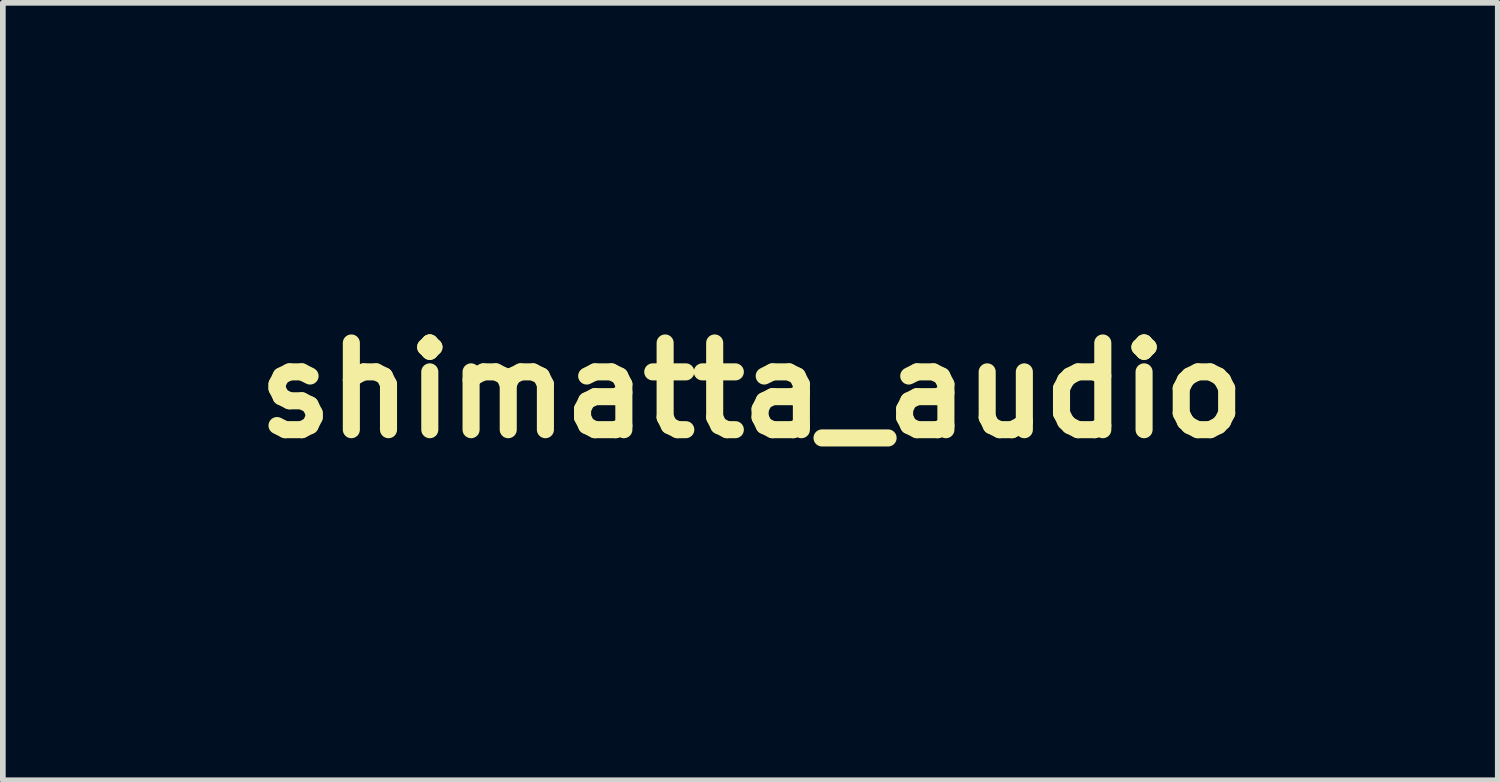
<source format=kicad_pcb>
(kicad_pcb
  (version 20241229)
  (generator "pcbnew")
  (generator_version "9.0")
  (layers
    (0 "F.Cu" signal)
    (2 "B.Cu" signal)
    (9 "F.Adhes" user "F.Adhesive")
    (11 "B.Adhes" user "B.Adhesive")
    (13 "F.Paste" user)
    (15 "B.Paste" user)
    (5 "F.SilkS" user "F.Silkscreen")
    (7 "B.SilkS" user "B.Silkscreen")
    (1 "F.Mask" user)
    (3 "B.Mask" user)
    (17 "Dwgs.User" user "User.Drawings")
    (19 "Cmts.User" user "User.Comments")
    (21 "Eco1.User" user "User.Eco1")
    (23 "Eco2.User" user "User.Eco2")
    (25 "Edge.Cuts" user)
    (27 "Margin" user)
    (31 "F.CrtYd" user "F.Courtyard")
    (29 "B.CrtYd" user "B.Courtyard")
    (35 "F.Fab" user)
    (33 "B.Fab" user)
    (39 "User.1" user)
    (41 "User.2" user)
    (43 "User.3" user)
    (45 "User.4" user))
  (footprint "shimatta_audio"
    (layer "F.Cu")
    (at 10.165 3.813)
    (property "Reference" "shimatta_audio" (at 0 0 0) (layer "F.SilkS") (effects (font (size 1.524 1.524) (thickness 0.3))))
    (attr through_hole)
    (fp_poly (pts (xy 8.766 1.703) (xy 8.819 1.784) (xy 8.815 1.894) (xy 8.76 1.985) (xy 8.68 2.061) (xy 8.614 2.072) (xy 8.547 2.049) (xy 8.495 1.981) (xy 8.489 1.87) (xy 8.528 1.763) (xy 8.557 1.729) (xy 8.672 1.677) (xy 8.766 1.703)) (stroke (width 0.01) (type solid)) (fill yes) (layer "F.Mask"))
    (fp_poly (pts (xy 6.905 -0.6) (xy 6.952 -0.554) (xy 6.96 -0.463) (xy 6.956 -0.389) (xy 6.931 -0.344) (xy 6.863 -0.316) (xy 6.732 -0.297) (xy 6.566 -0.281) (xy 6.196 -0.238) (xy 5.864 -0.181) (xy 5.626 -0.122) (xy 5.563 -0.123) (xy 5.539 -0.194) (xy 5.537 -0.247) (xy 5.567 -0.381) (xy 5.626 -0.427) (xy 5.754 -0.458) (xy 5.949 -0.495) (xy 6.18 -0.534) (xy 6.413 -0.569) (xy 6.619 -0.596) (xy 6.764 -0.609) (xy 6.788 -0.61) (xy 6.905 -0.6)) (stroke (width 0.01) (type solid)) (fill yes) (layer "F.Mask"))
    (fp_poly (pts (xy 8.768 2.198) (xy 8.765 2.25) (xy 8.747 2.377) (xy 8.716 2.553) (xy 8.709 2.591) (xy 8.674 2.774) (xy 8.648 2.912) (xy 8.636 2.981) (xy 8.636 2.985) (xy 8.68 2.994) (xy 8.76 2.997) (xy 8.881 3.018) (xy 8.909 3.072) (xy 8.842 3.144) (xy 8.793 3.173) (xy 8.596 3.243) (xy 8.448 3.228) (xy 8.384 3.177) (xy 8.35 3.084) (xy 8.346 2.913) (xy 8.358 2.771) (xy 8.373 2.573) (xy 8.363 2.465) (xy 8.337 2.438) (xy 8.29 2.396) (xy 8.28 2.344) (xy 8.303 2.28) (xy 8.388 2.24) (xy 8.517 2.217) (xy 8.659 2.2) (xy 8.751 2.195) (xy 8.768 2.198)) (stroke (width 0.01) (type solid)) (fill yes) (layer "F.Mask"))
    (fp_poly (pts (xy 5.579 0.501) (xy 5.617 0.61) (xy 5.634 0.663) (xy 5.698 0.822) (xy 5.79 0.934) (xy 5.927 1.007) (xy 6.124 1.046) (xy 6.396 1.059) (xy 6.594 1.056) (xy 6.842 1.051) (xy 7.007 1.052) (xy 7.107 1.062) (xy 7.161 1.084) (xy 7.186 1.121) (xy 7.195 1.153) (xy 7.209 1.241) (xy 7.187 1.302) (xy 7.118 1.34) (xy 6.985 1.361) (xy 6.775 1.37) (xy 6.563 1.372) (xy 6.287 1.369) (xy 6.089 1.357) (xy 5.943 1.335) (xy 5.827 1.298) (xy 5.764 1.27) (xy 5.545 1.106) (xy 5.389 0.864) (xy 5.335 0.715) (xy 5.318 0.605) (xy 5.364 0.542) (xy 5.418 0.514) (xy 5.515 0.472) (xy 5.557 0.457) (xy 5.579 0.501)) (stroke (width 0.01) (type solid)) (fill yes) (layer "F.Mask"))
    (fp_poly (pts (xy 9.794 2.199) (xy 9.968 2.293) (xy 9.985 2.309) (xy 10.087 2.471) (xy 10.106 2.65) (xy 10.057 2.83) (xy 9.951 2.996) (xy 9.804 3.132) (xy 9.628 3.222) (xy 9.437 3.252) (xy 9.244 3.205) (xy 9.22 3.193) (xy 9.063 3.058) (xy 9 2.891) (xy 9.349 2.891) (xy 9.365 2.97) (xy 9.434 3.038) (xy 9.538 3.037) (xy 9.644 2.971) (xy 9.677 2.929) (xy 9.748 2.775) (xy 9.773 2.621) (xy 9.756 2.486) (xy 9.706 2.39) (xy 9.628 2.351) (xy 9.53 2.389) (xy 9.499 2.417) (xy 9.417 2.547) (xy 9.363 2.722) (xy 9.349 2.891) (xy 9 2.891) (xy 8.994 2.878) (xy 9.017 2.658) (xy 9.075 2.507) (xy 9.203 2.339) (xy 9.383 2.228) (xy 9.59 2.179) (xy 9.794 2.199)) (stroke (width 0.01) (type solid)) (fill yes) (layer "F.Mask"))
    (fp_poly (pts (xy -7.117 -1.727) (xy -7.102 -0.386) (xy -7.096 0.046) (xy -7.089 0.387) (xy -7.077 0.649) (xy -7.058 0.843) (xy -7.029 0.981) (xy -6.987 1.072) (xy -6.929 1.129) (xy -6.853 1.163) (xy -6.755 1.185) (xy -6.71 1.193) (xy -6.426 1.192) (xy -6.136 1.104) (xy -5.86 0.94) (xy -5.618 0.71) (xy -5.481 0.519) (xy -5.408 0.399) (xy -5.359 0.321) (xy -5.35 0.309) (xy -5.307 0.325) (xy -5.222 0.393) (xy -5.209 0.405) (xy -5.084 0.522) (xy -5.238 0.745) (xy -5.484 1.029) (xy -5.784 1.261) (xy -6.114 1.427) (xy -6.453 1.514) (xy -6.602 1.524) (xy -6.761 1.5) (xy -6.944 1.44) (xy -7.009 1.41) (xy -7.131 1.346) (xy -7.227 1.285) (xy -7.301 1.214) (xy -7.357 1.122) (xy -7.396 0.996) (xy -7.422 0.825) (xy -7.438 0.595) (xy -7.448 0.295) (xy -7.454 -0.087) (xy -7.457 -0.359) (xy -7.472 -1.727) (xy -7.295 -1.727) (xy -7.117 -1.727)) (stroke (width 0.01) (type solid)) (fill yes) (layer "F.Mask"))
    (fp_poly (pts (xy 2.071 -0.648) (xy 2.195 -0.628) (xy 2.296 -0.591) (xy 2.337 -0.57) (xy 2.558 -0.399) (xy 2.692 -0.174) (xy 2.743 0.106) (xy 2.743 0.137) (xy 2.703 0.44) (xy 2.58 0.692) (xy 2.372 0.898) (xy 2.076 1.06) (xy 1.689 1.18) (xy 1.624 1.194) (xy 1.374 1.243) (xy 1.203 1.265) (xy 1.092 1.257) (xy 1.023 1.219) (xy 0.977 1.148) (xy 0.973 1.141) (xy 0.93 1.041) (xy 0.914 0.996) (xy 0.961 0.984) (xy 1.082 0.968) (xy 1.253 0.952) (xy 1.259 0.951) (xy 1.617 0.894) (xy 1.93 0.791) (xy 2.18 0.649) (xy 2.35 0.477) (xy 2.373 0.44) (xy 2.426 0.268) (xy 2.43 0.063) (xy 2.386 -0.123) (xy 2.358 -0.177) (xy 2.235 -0.297) (xy 2.05 -0.369) (xy 1.799 -0.392) (xy 1.476 -0.368) (xy 1.075 -0.294) (xy 0.593 -0.172) (xy 0.431 -0.126) (xy 0.349 -0.127) (xy 0.29 -0.203) (xy 0.272 -0.248) (xy 0.214 -0.4) (xy 0.679 -0.512) (xy 0.953 -0.566) (xy 1.272 -0.612) (xy 1.576 -0.641) (xy 1.651 -0.645) (xy 1.898 -0.653) (xy 2.071 -0.648)) (stroke (width 0.01) (type solid)) (fill yes) (layer "F.Mask"))
    (fp_poly (pts (xy 6.617 2.194) (xy 6.647 2.239) (xy 6.637 2.301) (xy 6.614 2.417) (xy 6.588 2.587) (xy 6.574 2.7) (xy 6.559 2.862) (xy 6.565 2.951) (xy 6.601 2.993) (xy 6.649 3.01) (xy 6.741 3.057) (xy 6.737 3.118) (xy 6.636 3.186) (xy 6.604 3.2) (xy 6.458 3.238) (xy 6.318 3.208) (xy 6.304 3.202) (xy 6.158 3.167) (xy 6.053 3.196) (xy 5.87 3.248) (xy 5.704 3.201) (xy 5.635 3.146) (xy 5.567 3.05) (xy 5.555 2.974) (xy 5.591 2.843) (xy 5.615 2.692) (xy 5.622 2.554) (xy 5.612 2.46) (xy 5.594 2.438) (xy 5.548 2.396) (xy 5.537 2.337) (xy 5.571 2.254) (xy 5.652 2.235) (xy 5.796 2.22) (xy 5.888 2.201) (xy 5.963 2.187) (xy 5.993 2.215) (xy 5.987 2.31) (xy 5.977 2.38) (xy 5.936 2.639) (xy 5.91 2.813) (xy 5.9 2.92) (xy 5.906 2.976) (xy 5.931 2.996) (xy 5.975 2.998) (xy 6.014 2.997) (xy 6.102 2.982) (xy 6.168 2.927) (xy 6.221 2.814) (xy 6.27 2.626) (xy 6.301 2.477) (xy 6.336 2.313) (xy 6.371 2.226) (xy 6.424 2.191) (xy 6.512 2.184) (xy 6.617 2.194)) (stroke (width 0.01) (type solid)) (fill yes) (layer "F.Mask"))
    (fp_poly (pts (xy 5.292 -1.819) (xy 5.346 -1.8) (xy 5.349 -1.739) (xy 5.329 -1.613) (xy 5.304 -1.508) (xy 5.264 -1.352) (xy 5.239 -1.237) (xy 5.233 -1.2) (xy 5.278 -1.182) (xy 5.397 -1.185) (xy 5.565 -1.208) (xy 5.758 -1.247) (xy 5.779 -1.253) (xy 5.859 -1.259) (xy 5.889 -1.206) (xy 5.893 -1.127) (xy 5.888 -1.05) (xy 5.863 -0.997) (xy 5.799 -0.96) (xy 5.678 -0.931) (xy 5.482 -0.9) (xy 5.377 -0.886) (xy 5.14 -0.853) (xy 4.954 -0.287) (xy 4.847 0.029) (xy 4.733 0.348) (xy 4.62 0.653) (xy 4.513 0.927) (xy 4.42 1.152) (xy 4.346 1.311) (xy 4.305 1.382) (xy 4.237 1.435) (xy 4.141 1.418) (xy 4.115 1.407) (xy 4.017 1.364) (xy 3.975 1.344) (xy 3.99 1.298) (xy 4.04 1.18) (xy 4.118 1.007) (xy 4.2 0.833) (xy 4.32 0.563) (xy 4.449 0.244) (xy 4.568 -0.077) (xy 4.629 -0.254) (xy 4.82 -0.838) (xy 4.417 -0.853) (xy 4.216 -0.862) (xy 4.096 -0.876) (xy 4.036 -0.901) (xy 4.015 -0.945) (xy 4.013 -0.991) (xy 4.018 -1.05) (xy 4.045 -1.087) (xy 4.116 -1.108) (xy 4.248 -1.12) (xy 4.458 -1.128) (xy 4.902 -1.143) (xy 4.973 -1.486) (xy 5.014 -1.667) (xy 5.05 -1.77) (xy 5.094 -1.816) (xy 5.161 -1.829) (xy 5.181 -1.829) (xy 5.292 -1.819)) (stroke (width 0.01) (type solid)) (fill yes) (layer "F.Mask"))
    (fp_poly (pts (xy 8.061 1.772) (xy 8.054 1.841) (xy 8.03 1.962) (xy 7.998 2.14) (xy 7.962 2.348) (xy 7.928 2.559) (xy 7.899 2.746) (xy 7.879 2.881) (xy 7.874 2.934) (xy 7.916 2.986) (xy 7.973 2.997) (xy 8.078 3.022) (xy 8.095 3.086) (xy 8.018 3.17) (xy 8.016 3.172) (xy 7.858 3.241) (xy 7.711 3.236) (xy 7.621 3.176) (xy 7.563 3.128) (xy 7.495 3.147) (xy 7.451 3.176) (xy 7.277 3.245) (xy 7.105 3.215) (xy 6.983 3.127) (xy 6.883 2.96) (xy 6.866 2.811) (xy 7.166 2.811) (xy 7.168 2.949) (xy 7.197 3.014) (xy 7.293 3.05) (xy 7.402 3.006) (xy 7.493 2.895) (xy 7.552 2.735) (xy 7.583 2.558) (xy 7.583 2.552) (xy 7.582 2.424) (xy 7.546 2.365) (xy 7.482 2.346) (xy 7.381 2.365) (xy 7.288 2.464) (xy 7.266 2.499) (xy 7.2 2.648) (xy 7.166 2.811) (xy 6.866 2.811) (xy 6.86 2.753) (xy 6.914 2.536) (xy 6.957 2.454) (xy 7.101 2.282) (xy 7.278 2.2) (xy 7.473 2.194) (xy 7.601 2.199) (xy 7.658 2.174) (xy 7.671 2.103) (xy 7.671 2.097) (xy 7.652 2.007) (xy 7.62 1.981) (xy 7.575 1.94) (xy 7.569 1.907) (xy 7.614 1.846) (xy 7.729 1.79) (xy 7.76 1.781) (xy 7.932 1.738) (xy 8.027 1.734) (xy 8.061 1.772)) (stroke (width 0.01) (type solid)) (fill yes) (layer "F.Mask"))
    (fp_poly (pts (xy 4.847 1.839) (xy 4.91 1.846) (xy 4.955 1.862) (xy 4.991 1.902) (xy 5.024 1.983) (xy 5.06 2.119) (xy 5.106 2.327) (xy 5.155 2.552) (xy 5.205 2.75) (xy 5.26 2.914) (xy 5.309 3.014) (xy 5.317 3.024) (xy 5.383 3.124) (xy 5.355 3.196) (xy 5.234 3.235) (xy 5.024 3.241) (xy 5.021 3.241) (xy 4.84 3.22) (xy 4.719 3.183) (xy 4.669 3.137) (xy 4.7 3.091) (xy 4.773 3.063) (xy 4.854 3.014) (xy 4.867 2.907) (xy 4.867 2.902) (xy 4.846 2.819) (xy 4.79 2.776) (xy 4.669 2.757) (xy 4.619 2.753) (xy 4.472 2.751) (xy 4.39 2.777) (xy 4.339 2.845) (xy 4.327 2.87) (xy 4.279 2.985) (xy 4.278 3.036) (xy 4.327 3.048) (xy 4.347 3.048) (xy 4.408 3.086) (xy 4.41 3.137) (xy 4.374 3.194) (xy 4.278 3.226) (xy 4.132 3.241) (xy 3.977 3.24) (xy 3.868 3.222) (xy 3.838 3.204) (xy 3.851 3.14) (xy 3.924 3.051) (xy 3.938 3.037) (xy 4.015 2.949) (xy 4.125 2.793) (xy 4.254 2.592) (xy 4.277 2.554) (xy 4.536 2.554) (xy 4.614 2.589) (xy 4.648 2.591) (xy 4.745 2.57) (xy 4.775 2.487) (xy 4.775 2.468) (xy 4.762 2.334) (xy 4.743 2.261) (xy 4.712 2.218) (xy 4.667 2.25) (xy 4.616 2.321) (xy 4.537 2.467) (xy 4.536 2.554) (xy 4.277 2.554) (xy 4.384 2.373) (xy 4.516 2.144) (xy 4.611 1.991) (xy 4.681 1.897) (xy 4.739 1.851) (xy 4.797 1.837) (xy 4.847 1.839)) (stroke (width 0.01) (type solid)) (fill yes) (layer "F.Mask"))
    (fp_poly (pts (xy -2.303 -1.825) (xy -2.256 -1.796) (xy -2.238 -1.717) (xy -2.235 -1.564) (xy -2.235 -1.542) (xy -2.235 -1.255) (xy -1.816 -1.288) (xy -1.605 -1.308) (xy -1.422 -1.329) (xy -1.299 -1.349) (xy -1.283 -1.352) (xy -1.202 -1.361) (xy -1.172 -1.309) (xy -1.168 -1.232) (xy -1.172 -1.153) (xy -1.198 -1.106) (xy -1.267 -1.078) (xy -1.401 -1.059) (xy -1.537 -1.046) (xy -1.809 -1.02) (xy -1.996 -0.998) (xy -2.112 -0.97) (xy -2.175 -0.93) (xy -2.198 -0.869) (xy -2.197 -0.78) (xy -2.192 -0.711) (xy -2.175 -0.463) (xy -1.913 -0.496) (xy -1.664 -0.524) (xy -1.497 -0.531) (xy -1.397 -0.516) (xy -1.347 -0.475) (xy -1.331 -0.424) (xy -1.33 -0.366) (xy -1.36 -0.325) (xy -1.436 -0.294) (xy -1.574 -0.267) (xy -1.792 -0.239) (xy -1.892 -0.228) (xy -2.184 -0.196) (xy -2.181 0.483) (xy -1.738 0.695) (xy -1.535 0.794) (xy -1.36 0.885) (xy -1.237 0.954) (xy -1.203 0.976) (xy -1.143 1.03) (xy -1.146 1.083) (xy -1.212 1.171) (xy -1.291 1.253) (xy -1.357 1.262) (xy -1.432 1.222) (xy -1.718 1.046) (xy -1.936 0.917) (xy -2.08 0.838) (xy -2.143 0.813) (xy -2.175 0.856) (xy -2.184 0.936) (xy -2.225 1.162) (xy -2.343 1.332) (xy -2.434 1.395) (xy -2.592 1.442) (xy -2.81 1.467) (xy -3.05 1.468) (xy -3.273 1.445) (xy -3.433 1.401) (xy -3.579 1.31) (xy -3.7 1.193) (xy -3.797 1.008) (xy -3.8 0.874) (xy -3.496 0.874) (xy -3.468 0.974) (xy -3.371 1.079) (xy -3.231 1.162) (xy -3.187 1.179) (xy -3.038 1.201) (xy -2.858 1.196) (xy -2.688 1.168) (xy -2.572 1.122) (xy -2.565 1.118) (xy -2.515 1.029) (xy -2.492 0.898) (xy -2.498 0.769) (xy -2.537 0.688) (xy -2.541 0.685) (xy -2.619 0.662) (xy -2.76 0.639) (xy -2.859 0.628) (xy -3.074 0.633) (xy -3.269 0.68) (xy -3.417 0.76) (xy -3.493 0.862) (xy -3.496 0.874) (xy -3.8 0.874) (xy -3.802 0.83) (xy -3.726 0.667) (xy -3.578 0.531) (xy -3.37 0.429) (xy -3.11 0.372) (xy -2.819 0.368) (xy -2.489 0.395) (xy -2.489 -0.216) (xy -2.698 -0.183) (xy -2.857 -0.17) (xy -3.07 -0.171) (xy -3.283 -0.183) (xy -3.475 -0.203) (xy -3.587 -0.225) (xy -3.641 -0.257) (xy -3.657 -0.309) (xy -3.658 -0.337) (xy -3.654 -0.389) (xy -3.633 -0.423) (xy -3.577 -0.443) (xy -3.467 -0.453) (xy -3.288 -0.457) (xy -3.073 -0.457) (xy -2.489 -0.457) (xy -2.489 -0.965) (xy -3.868 -0.965) (xy -3.851 -1.1) (xy -3.835 -1.234) (xy -2.521 -1.245) (xy -2.534 -1.537) (xy -2.547 -1.829) (xy -2.391 -1.829) (xy -2.303 -1.825)) (stroke (width 0.01) (type solid)) (fill yes) (layer "F.Mask"))
    (fp_poly (pts (xy 1.084 -3.781) (xy 2.257 -3.702) (xy 3.383 -3.572) (xy 4.455 -3.394) (xy 5.464 -3.168) (xy 6.402 -2.897) (xy 7.262 -2.58) (xy 7.81 -2.335) (xy 8.385 -2.023) (xy 8.874 -1.691) (xy 9.273 -1.343) (xy 9.579 -0.98) (xy 9.728 -0.732) (xy 9.804 -0.572) (xy 9.849 -0.433) (xy 9.872 -0.279) (xy 9.88 -0.075) (xy 9.881 0.025) (xy 9.877 0.26) (xy 9.861 0.428) (xy 9.825 0.564) (xy 9.764 0.705) (xy 9.735 0.762) (xy 9.616 0.963) (xy 9.476 1.162) (xy 9.33 1.341) (xy 9.195 1.481) (xy 9.086 1.562) (xy 9.043 1.575) (xy 8.915 1.565) (xy 8.859 1.53) (xy 8.878 1.458) (xy 8.972 1.338) (xy 9.086 1.218) (xy 9.381 0.866) (xy 9.575 0.516) (xy 9.667 0.166) (xy 9.657 -0.184) (xy 9.546 -0.533) (xy 9.333 -0.883) (xy 9.091 -1.163) (xy 8.69 -1.513) (xy 8.195 -1.845) (xy 7.615 -2.155) (xy 6.956 -2.441) (xy 6.226 -2.701) (xy 5.432 -2.93) (xy 4.581 -3.127) (xy 3.68 -3.288) (xy 3.445 -3.323) (xy 2.135 -3.48) (xy 0.868 -3.569) (xy -0.38 -3.589) (xy -1.635 -3.54) (xy -2.924 -3.423) (xy -3.708 -3.322) (xy -4.528 -3.186) (xy -5.329 -3.016) (xy -6.098 -2.816) (xy -6.818 -2.589) (xy -7.476 -2.342) (xy -8.057 -2.078) (xy -8.357 -1.916) (xy -8.791 -1.634) (xy -9.168 -1.328) (xy -9.481 -1.007) (xy -9.722 -0.681) (xy -9.882 -0.358) (xy -9.954 -0.05) (xy -9.957 0.025) (xy -9.909 0.329) (xy -9.771 0.648) (xy -9.55 0.974) (xy -9.255 1.298) (xy -8.893 1.608) (xy -8.473 1.897) (xy -8.357 1.967) (xy -7.772 2.266) (xy -7.1 2.541) (xy -6.352 2.791) (xy -5.54 3.012) (xy -4.674 3.204) (xy -3.767 3.363) (xy -2.829 3.489) (xy -1.873 3.578) (xy -0.911 3.629) (xy 0.048 3.64) (xy 0.983 3.61) (xy 1.353 3.586) (xy 1.735 3.559) (xy 2.1 3.529) (xy 2.421 3.499) (xy 2.667 3.472) (xy 3.065 3.424) (xy 3.376 3.39) (xy 3.615 3.37) (xy 3.795 3.363) (xy 3.93 3.369) (xy 4.035 3.388) (xy 4.115 3.415) (xy 4.187 3.446) (xy 4.217 3.469) (xy 4.195 3.489) (xy 4.107 3.51) (xy 3.943 3.537) (xy 3.691 3.573) (xy 3.683 3.575) (xy 3.43 3.611) (xy 3.2 3.644) (xy 3.021 3.671) (xy 2.921 3.686) (xy 2.58 3.732) (xy 2.155 3.77) (xy 1.664 3.801) (xy 1.123 3.824) (xy 0.552 3.839) (xy -0.033 3.847) (xy -0.615 3.845) (xy -1.176 3.835) (xy -1.697 3.815) (xy -2.163 3.786) (xy -2.184 3.784) (xy -3.443 3.652) (xy -4.617 3.466) (xy -5.707 3.226) (xy -6.715 2.932) (xy -7.643 2.583) (xy -8.3 2.279) (xy -8.767 2.011) (xy -9.187 1.706) (xy -9.546 1.377) (xy -9.83 1.036) (xy -10.004 0.745) (xy -10.09 0.546) (xy -10.138 0.376) (xy -10.157 0.184) (xy -10.16 0.025) (xy -10.153 -0.206) (xy -10.125 -0.384) (xy -10.065 -0.559) (xy -10.004 -0.694) (xy -9.769 -1.074) (xy -9.439 -1.438) (xy -9.021 -1.782) (xy -8.518 -2.105) (xy -7.937 -2.406) (xy -7.284 -2.682) (xy -6.564 -2.932) (xy -5.782 -3.155) (xy -4.944 -3.348) (xy -4.056 -3.509) (xy -3.123 -3.638) (xy -2.151 -3.732) (xy -1.145 -3.789) (xy -0.127 -3.808) (xy 1.084 -3.781)) (stroke (width 0.01) (type solid)) (fill yes) (layer "F.Mask")))
  (gr_rect
    (start -3 -3)
    (end 23.276 10.664)
    (stroke (width 0.1) (type default))
    (fill no)
    (layer "Edge.Cuts")))
</source>
